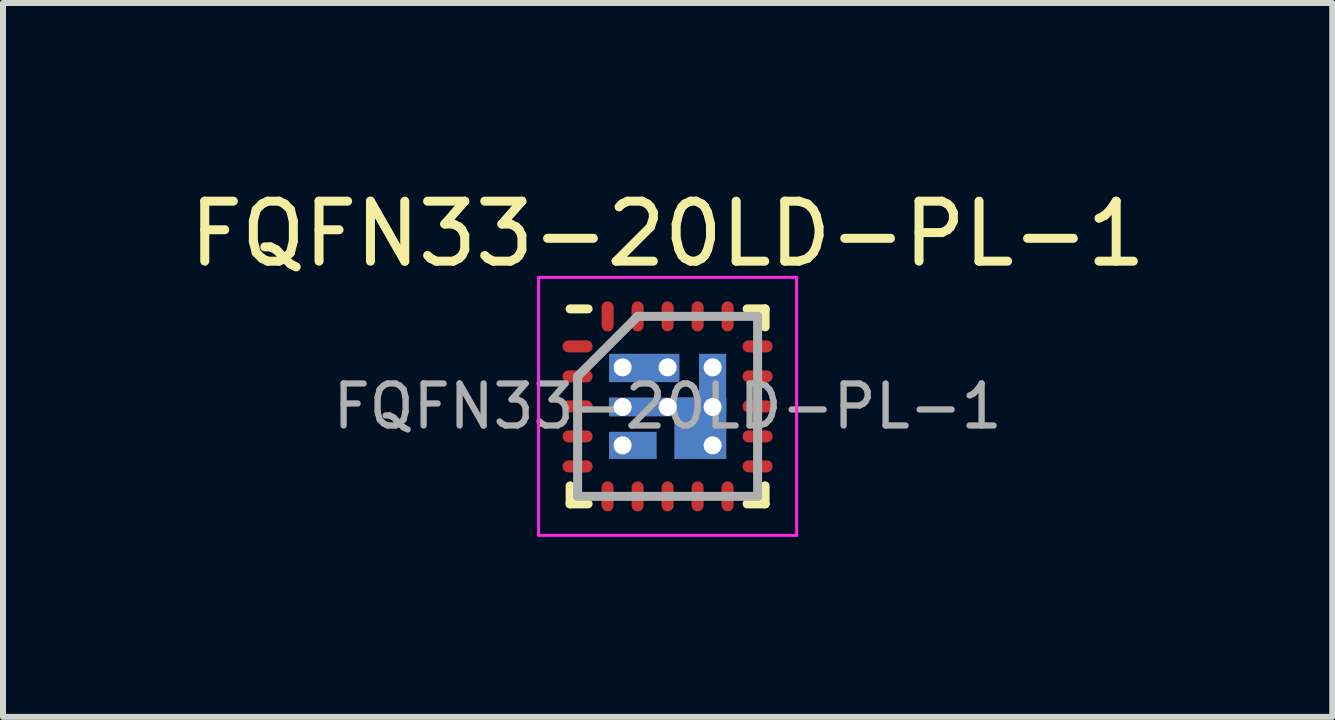
<source format=kicad_pcb>
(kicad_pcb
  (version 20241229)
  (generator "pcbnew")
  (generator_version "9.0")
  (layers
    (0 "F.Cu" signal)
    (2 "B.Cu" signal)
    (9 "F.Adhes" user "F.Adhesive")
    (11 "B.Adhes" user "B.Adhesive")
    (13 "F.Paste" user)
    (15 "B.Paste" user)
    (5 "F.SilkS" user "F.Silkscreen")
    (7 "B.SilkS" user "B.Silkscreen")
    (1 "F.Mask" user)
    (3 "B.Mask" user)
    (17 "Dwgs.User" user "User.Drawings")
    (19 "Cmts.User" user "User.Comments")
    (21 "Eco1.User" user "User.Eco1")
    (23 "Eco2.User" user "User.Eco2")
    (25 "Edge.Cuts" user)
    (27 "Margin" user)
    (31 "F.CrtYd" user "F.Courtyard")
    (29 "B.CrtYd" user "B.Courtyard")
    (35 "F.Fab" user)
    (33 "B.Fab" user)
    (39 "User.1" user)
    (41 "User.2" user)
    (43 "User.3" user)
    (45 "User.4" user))
  (footprint "FQFN33-20LD-PL-1"
    (layer "F.Cu")
    (at 8.077 3.723)
    (property "Reference" "FQFN33-20LD-PL-1" (at 0 -2.875 0) (layer "F.SilkS") (effects (font (size 1 1) (thickness 0.15))))
    (attr smd)
    (fp_line (start -1.625 -1.625) (end -1.325 -1.625) (stroke (width 0.15) (type solid)) (layer "F.SilkS"))
    (fp_line (start -1.625 1.625) (end -1.625 1.325) (stroke (width 0.15) (type solid)) (layer "F.SilkS"))
    (fp_line (start -1.625 1.625) (end -1.325 1.625) (stroke (width 0.15) (type solid)) (layer "F.SilkS"))
    (fp_line (start 1.625 -1.625) (end 1.325 -1.625) (stroke (width 0.15) (type solid)) (layer "F.SilkS"))
    (fp_line (start 1.625 -1.625) (end 1.625 -1.325) (stroke (width 0.15) (type solid)) (layer "F.SilkS"))
    (fp_line (start 1.625 1.625) (end 1.325 1.625) (stroke (width 0.15) (type solid)) (layer "F.SilkS"))
    (fp_line (start 1.625 1.625) (end 1.625 1.325) (stroke (width 0.15) (type solid)) (layer "F.SilkS"))
    (fp_line (start -2.15 -2.15) (end -2.15 2.15) (stroke (width 0.05) (type solid)) (layer "F.CrtYd"))
    (fp_line (start -2.15 -2.15) (end 2.15 -2.15) (stroke (width 0.05) (type solid)) (layer "F.CrtYd"))
    (fp_line (start -2.15 2.15) (end 2.15 2.15) (stroke (width 0.05) (type solid)) (layer "F.CrtYd"))
    (fp_line (start 2.15 -2.15) (end 2.15 2.15) (stroke (width 0.05) (type solid)) (layer "F.CrtYd"))
    (fp_line (start -1.5 -0.5) (end -0.5 -1.5) (stroke (width 0.15) (type solid)) (layer "F.Fab"))
    (fp_line (start -1.5 1.5) (end -1.5 -0.5) (stroke (width 0.15) (type solid)) (layer "F.Fab"))
    (fp_line (start -0.5 -1.5) (end 1.5 -1.5) (stroke (width 0.15) (type solid)) (layer "F.Fab"))
    (fp_line (start 1.5 -1.5) (end 1.5 1.5) (stroke (width 0.15) (type solid)) (layer "F.Fab"))
    (fp_line (start 1.5 1.5) (end -1.5 1.5) (stroke (width 0.15) (type solid)) (layer "F.Fab"))
    (fp_text user "${REFERENCE}" (at 0 0 0) (layer "F.Fab") (effects (font (size 0.7 0.7) (thickness 0.105))))
    (pad "1" smd oval (at -1.5 -1) (size 0.5 0.2) (layers "F.Cu" "F.Mask" "F.Paste"))
    (pad "2" smd oval (at -1.5 -0.5) (size 0.5 0.2) (layers "F.Cu" "F.Mask" "F.Paste"))
    (pad "3" smd oval (at -1.5 0) (size 0.5 0.2) (layers "F.Cu" "F.Mask" "F.Paste"))
    (pad "4" smd oval (at -1.5 0.5) (size 0.5 0.2) (layers "F.Cu" "F.Mask" "F.Paste"))
    (pad "5" smd oval (at -1.5 1) (size 0.5 0.2) (layers "F.Cu" "F.Mask" "F.Paste"))
    (pad "6" smd oval (at -1 1.5 90) (size 0.5 0.2) (layers "F.Cu" "F.Mask" "F.Paste"))
    (pad "7" smd oval (at -0.5 1.5 90) (size 0.5 0.2) (layers "F.Cu" "F.Mask" "F.Paste"))
    (pad "8" smd oval (at 0 1.5 90) (size 0.5 0.2) (layers "F.Cu" "F.Mask" "F.Paste"))
    (pad "9" smd oval (at 0.5 1.5 90) (size 0.5 0.2) (layers "F.Cu" "F.Mask" "F.Paste"))
    (pad "10" smd oval (at 1 1.5 90) (size 0.5 0.2) (layers "F.Cu" "F.Mask" "F.Paste"))
    (pad "11" smd oval (at 1.5 1) (size 0.5 0.2) (layers "F.Cu" "F.Mask" "F.Paste"))
    (pad "12" smd oval (at 1.5 0.5) (size 0.5 0.2) (layers "F.Cu" "F.Mask" "F.Paste"))
    (pad "13" smd oval (at 1.5 0) (size 0.5 0.2) (layers "F.Cu" "F.Mask" "F.Paste"))
    (pad "14" smd oval (at 1.5 -0.5) (size 0.5 0.2) (layers "F.Cu" "F.Mask" "F.Paste"))
    (pad "15" smd oval (at 1.5 -1) (size 0.5 0.2) (layers "F.Cu" "F.Mask" "F.Paste"))
    (pad "16" smd oval (at 1 -1.5 90) (size 0.5 0.2) (layers "F.Cu" "F.Mask" "F.Paste"))
    (pad "17" smd oval (at 0.5 -1.5 90) (size 0.5 0.2) (layers "F.Cu" "F.Mask" "F.Paste"))
    (pad "18" smd oval (at 0 -1.5 90) (size 0.5 0.2) (layers "F.Cu" "F.Mask" "F.Paste"))
    (pad "19" smd oval (at -0.5 -1.5 90) (size 0.5 0.2) (layers "F.Cu" "F.Mask" "F.Paste"))
    (pad "20" smd oval (at -1 -1.5 90) (size 0.5 0.2) (layers "F.Cu" "F.Mask" "F.Paste"))
    (pad "21" thru_hole circle (at -0.75 -0.65) (size 0.3 0.3) (drill 0.3) (layers "*.Cu" "*.Mask"))
    (pad "21" smd rect (at -0.39 -0.64) (size 1.17 0.47) (layers "F.Cu" "F.Mask" "F.Paste"))
    (pad "21" smd rect (at -0.39 -0.64) (size 1.17 0.47) (layers "B.Cu" "B.Mask"))
    (pad "21" thru_hole circle (at 0 -0.65) (size 0.3 0.3) (drill 0.3) (layers "*.Cu" "*.Mask"))
    (pad "22" thru_hole circle (at -0.75 0.01) (size 0.3 0.3) (drill 0.3) (layers "*.Cu" "*.Mask"))
    (pad "22" thru_hole circle (at 0 0.01) (size 0.3 0.3) (drill 0.3) (layers "*.Cu" "*.Mask"))
    (pad "22" smd rect (at 0 0.01) (size 1.95 0.31) (layers "F.Cu" "F.Mask" "F.Paste"))
    (pad "22" smd rect (at 0 0.01) (size 1.95 0.31) (layers "B.Cu" "B.Mask"))
    (pad "22" smd rect (at 0.545 0.365) (size 0.86 1.02) (layers "F.Cu" "F.Mask" "F.Paste"))
    (pad "22" smd rect (at 0.545 0.365) (size 0.86 1.02) (layers "B.Cu" "B.Mask"))
    (pad "22" thru_hole circle (at 0.75 -0.65) (size 0.3 0.3) (drill 0.3) (layers "*.Cu" "*.Mask"))
    (pad "22" smd rect (at 0.75 0) (size 0.45 1.75) (layers "F.Cu" "F.Mask" "F.Paste"))
    (pad "22" smd rect (at 0.75 0) (size 0.45 1.75) (layers "B.Cu" "B.Mask"))
    (pad "22" thru_hole circle (at 0.75 0.01) (size 0.3 0.3) (drill 0.3) (layers "*.Cu" "*.Mask"))
    (pad "22" thru_hole circle (at 0.75 0.65) (size 0.3 0.3) (drill 0.3) (layers "*.Cu" "*.Mask"))
    (pad "23" thru_hole circle (at -0.75 0.65) (size 0.3 0.3) (drill 0.3) (layers "*.Cu" "*.Mask"))
    (pad "23" smd rect (at -0.58 0.65) (size 0.79 0.45) (layers "F.Cu" "F.Mask" "F.Paste"))
    (pad "23" smd rect (at -0.58 0.65) (size 0.79 0.45) (layers "B.Cu" "B.Mask")))
  (gr_rect
    (start -3 -3)
    (end 19.155 8.898)
    (stroke (width 0.1) (type default))
    (fill no)
    (layer "Edge.Cuts")))
</source>
